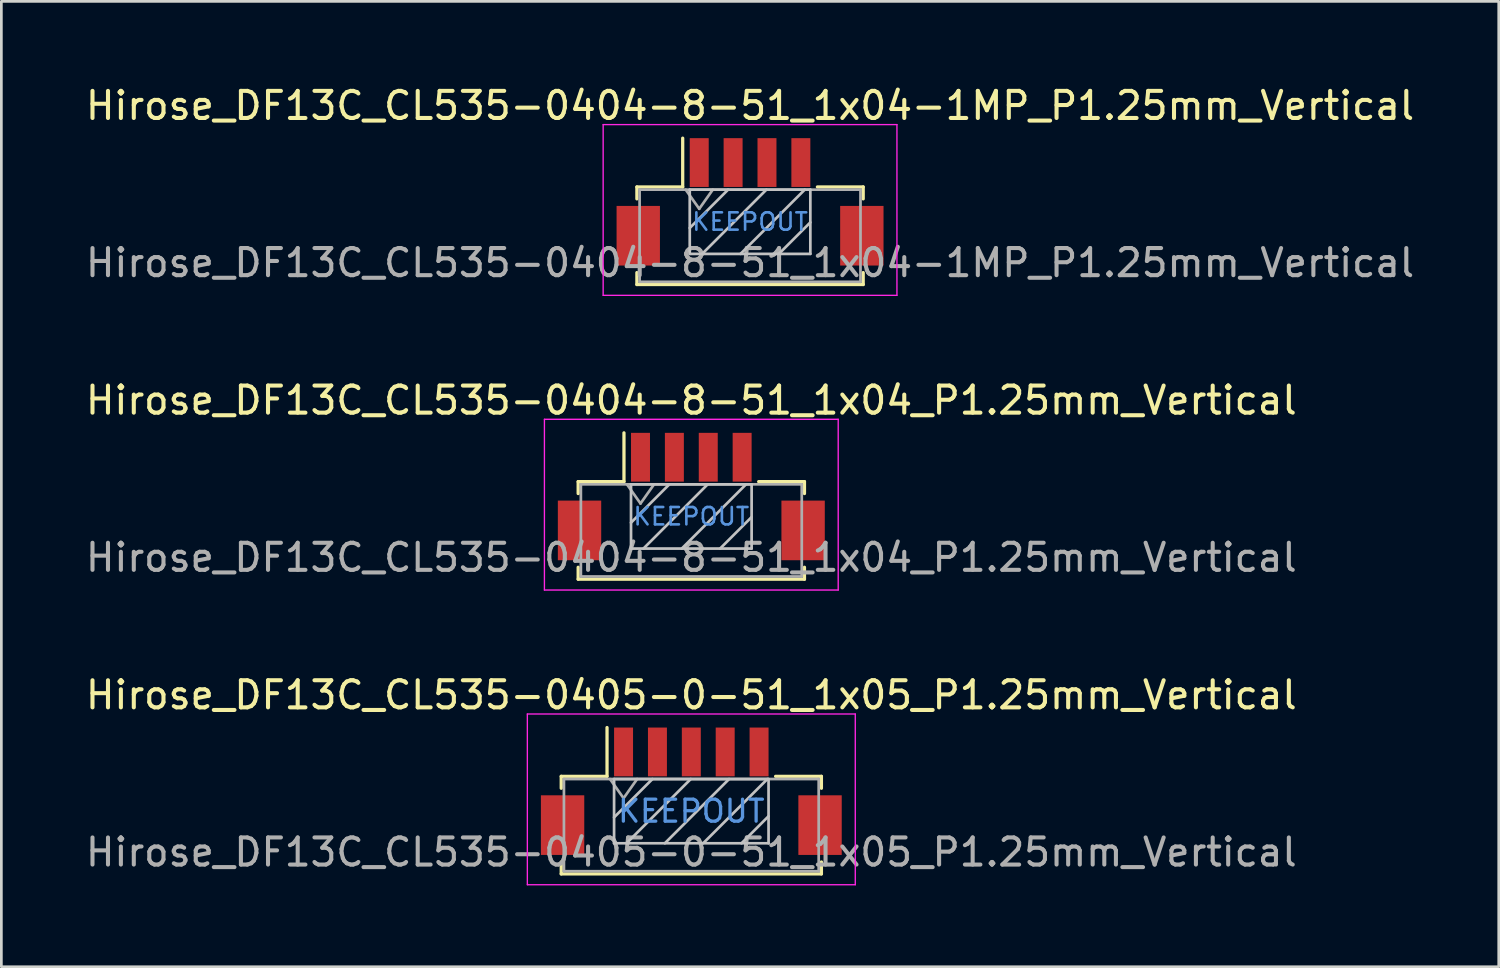
<source format=kicad_pcb>
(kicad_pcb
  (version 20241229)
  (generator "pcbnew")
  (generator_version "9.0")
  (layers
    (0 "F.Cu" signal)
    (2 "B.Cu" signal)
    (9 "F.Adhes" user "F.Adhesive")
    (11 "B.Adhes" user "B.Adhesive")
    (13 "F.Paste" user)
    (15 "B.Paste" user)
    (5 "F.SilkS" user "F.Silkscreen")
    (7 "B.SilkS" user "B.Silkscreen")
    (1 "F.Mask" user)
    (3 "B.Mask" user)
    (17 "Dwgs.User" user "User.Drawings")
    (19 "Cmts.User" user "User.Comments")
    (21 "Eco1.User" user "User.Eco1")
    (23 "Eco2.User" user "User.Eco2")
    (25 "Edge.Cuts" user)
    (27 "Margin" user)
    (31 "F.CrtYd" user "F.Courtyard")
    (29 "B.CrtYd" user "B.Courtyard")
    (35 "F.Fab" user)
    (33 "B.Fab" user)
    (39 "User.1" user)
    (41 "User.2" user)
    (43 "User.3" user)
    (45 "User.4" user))
  (footprint "Hirose_DF13C_CL535-0405-0-51_1x05_P1.25mm_Vertical"
    (layer "F.Cu")
    (at 22.458 26.145)
    (property "Reference" "Hirose_DF13C_CL535-0405-0-51_1x05_P1.25mm_Vertical" (at 0 -3.55 0) (layer "F.SilkS") (effects (font (size 1 1) (thickness 0.15))))
    (attr through_hole)
    (fp_line (start -4.8 -0.55) (end -4.8 -0.11) (stroke (width 0.12) (type solid)) (layer "F.SilkS"))
    (fp_line (start -4.8 2.61) (end -4.8 3.05) (stroke (width 0.12) (type solid)) (layer "F.SilkS"))
    (fp_line (start -4.8 3.05) (end 4.8 3.05) (stroke (width 0.12) (type solid)) (layer "F.SilkS"))
    (fp_line (start -3.11 -0.55) (end -4.8 -0.55) (stroke (width 0.12) (type solid)) (layer "F.SilkS"))
    (fp_line (start -3.11 -0.55) (end -3.11 -2.35) (stroke (width 0.12) (type solid)) (layer "F.SilkS"))
    (fp_line (start 3.11 -0.55) (end 4.8 -0.55) (stroke (width 0.12) (type solid)) (layer "F.SilkS"))
    (fp_line (start 4.8 -0.55) (end 4.8 -0.11) (stroke (width 0.12) (type solid)) (layer "F.SilkS"))
    (fp_line (start 4.8 3.05) (end 4.8 2.61) (stroke (width 0.12) (type solid)) (layer "F.SilkS"))
    (fp_line (start -2.85 -0.45) (end -2.85 1.92) (stroke (width 0.1) (type solid)) (layer "Dwgs.User"))
    (fp_line (start -2.85 1.92) (end 2.85 1.92) (stroke (width 0.1) (type solid)) (layer "Dwgs.User"))
    (fp_line (start -1.436 -0.45) (end -2.85 0.964) (stroke (width 0.1) (type solid)) (layer "Dwgs.User"))
    (fp_line (start -0.022 -0.45) (end -2.392 1.92) (stroke (width 0.1) (type solid)) (layer "Dwgs.User"))
    (fp_line (start 1.393 -0.45) (end -0.977 1.92) (stroke (width 0.1) (type solid)) (layer "Dwgs.User"))
    (fp_line (start 2.807 -0.45) (end 0.437 1.92) (stroke (width 0.1) (type solid)) (layer "Dwgs.User"))
    (fp_line (start 2.85 -0.45) (end -2.85 -0.45) (stroke (width 0.1) (type solid)) (layer "Dwgs.User"))
    (fp_line (start 2.85 0.921) (end 1.851 1.92) (stroke (width 0.1) (type solid)) (layer "Dwgs.User"))
    (fp_line (start 2.85 1.92) (end 2.85 -0.45) (stroke (width 0.1) (type solid)) (layer "Dwgs.User"))
    (fp_line (start -6.05 -2.85) (end -6.05 3.45) (stroke (width 0.05) (type solid)) (layer "F.CrtYd"))
    (fp_line (start -6.05 3.45) (end 6.05 3.45) (stroke (width 0.05) (type solid)) (layer "F.CrtYd"))
    (fp_line (start 6.05 -2.85) (end -6.05 -2.85) (stroke (width 0.05) (type solid)) (layer "F.CrtYd"))
    (fp_line (start 6.05 3.45) (end 6.05 -2.85) (stroke (width 0.05) (type solid)) (layer "F.CrtYd"))
    (fp_line (start -4.7 -0.45) (end -4.7 2.95) (stroke (width 0.1) (type solid)) (layer "F.Fab"))
    (fp_line (start -4.7 2.95) (end 4.7 2.95) (stroke (width 0.1) (type solid)) (layer "F.Fab"))
    (fp_line (start -3 -0.45) (end -2.5 0.257) (stroke (width 0.1) (type solid)) (layer "F.Fab"))
    (fp_line (start -2.5 0.257) (end -2 -0.45) (stroke (width 0.1) (type solid)) (layer "F.Fab"))
    (fp_line (start 4.7 -0.45) (end -4.7 -0.45) (stroke (width 0.1) (type solid)) (layer "F.Fab"))
    (fp_line (start 4.7 2.95) (end 4.7 -0.45) (stroke (width 0.1) (type solid)) (layer "F.Fab"))
    (fp_text user "KEEPOUT" (at 0 0.735 0) (layer "Cmts.User") (effects (font (size 0.81 0.81) (thickness 0.121))))
    (fp_text user "${REFERENCE}" (at 0 2.25 0) (layer "F.Fab") (effects (font (size 1 1) (thickness 0.15))))
    (pad "" smd rect (at -4.75 1.25) (size 1.6 2.2) (layers "F.Cu" "F.Mask" "F.Paste"))
    (pad "" smd rect (at 4.75 1.25) (size 1.6 2.2) (layers "F.Cu" "F.Mask" "F.Paste"))
    (pad "1" smd rect (at -2.5 -1.45) (size 0.7 1.8) (layers "F.Cu" "F.Mask" "F.Paste"))
    (pad "2" smd rect (at -1.25 -1.45) (size 0.7 1.8) (layers "F.Cu" "F.Mask" "F.Paste"))
    (pad "3" smd rect (at 0 -1.45) (size 0.7 1.8) (layers "F.Cu" "F.Mask" "F.Paste"))
    (pad "4" smd rect (at 1.25 -1.45) (size 0.7 1.8) (layers "F.Cu" "F.Mask" "F.Paste"))
    (pad "5" smd rect (at 2.5 -1.45) (size 0.7 1.8) (layers "F.Cu" "F.Mask" "F.Paste")))
  (footprint "Hirose_DF13C_CL535-0404-8-51_1x04_P1.25mm_Vertical"
    (layer "F.Cu")
    (at 22.458 15.271)
    (property "Reference" "Hirose_DF13C_CL535-0404-8-51_1x04_P1.25mm_Vertical" (at 0 -3.55 0) (layer "F.SilkS") (effects (font (size 1 1) (thickness 0.15))))
    (attr through_hole)
    (fp_line (start -4.175 -0.55) (end -4.175 -0.11) (stroke (width 0.12) (type solid)) (layer "F.SilkS"))
    (fp_line (start -4.175 2.61) (end -4.175 3.05) (stroke (width 0.12) (type solid)) (layer "F.SilkS"))
    (fp_line (start -4.175 3.05) (end 4.175 3.05) (stroke (width 0.12) (type solid)) (layer "F.SilkS"))
    (fp_line (start -2.485 -0.55) (end -4.175 -0.55) (stroke (width 0.12) (type solid)) (layer "F.SilkS"))
    (fp_line (start -2.485 -0.55) (end -2.485 -2.35) (stroke (width 0.12) (type solid)) (layer "F.SilkS"))
    (fp_line (start 2.485 -0.55) (end 4.175 -0.55) (stroke (width 0.12) (type solid)) (layer "F.SilkS"))
    (fp_line (start 4.175 -0.55) (end 4.175 -0.11) (stroke (width 0.12) (type solid)) (layer "F.SilkS"))
    (fp_line (start 4.175 3.05) (end 4.175 2.61) (stroke (width 0.12) (type solid)) (layer "F.SilkS"))
    (fp_line (start -2.225 -0.45) (end -2.225 1.92) (stroke (width 0.1) (type solid)) (layer "Dwgs.User"))
    (fp_line (start -2.225 1.92) (end 2.225 1.92) (stroke (width 0.1) (type solid)) (layer "Dwgs.User"))
    (fp_line (start -0.811 -0.45) (end -2.225 0.964) (stroke (width 0.1) (type solid)) (layer "Dwgs.User"))
    (fp_line (start 0.603 -0.45) (end -1.767 1.92) (stroke (width 0.1) (type solid)) (layer "Dwgs.User"))
    (fp_line (start 2.018 -0.45) (end -0.352 1.92) (stroke (width 0.1) (type solid)) (layer "Dwgs.User"))
    (fp_line (start 2.225 -0.45) (end -2.225 -0.45) (stroke (width 0.1) (type solid)) (layer "Dwgs.User"))
    (fp_line (start 2.225 0.757) (end 1.062 1.92) (stroke (width 0.1) (type solid)) (layer "Dwgs.User"))
    (fp_line (start 2.225 1.92) (end 2.225 -0.45) (stroke (width 0.1) (type solid)) (layer "Dwgs.User"))
    (fp_line (start -5.42 -2.85) (end -5.42 3.45) (stroke (width 0.05) (type solid)) (layer "F.CrtYd"))
    (fp_line (start -5.42 3.45) (end 5.42 3.45) (stroke (width 0.05) (type solid)) (layer "F.CrtYd"))
    (fp_line (start 5.42 -2.85) (end -5.42 -2.85) (stroke (width 0.05) (type solid)) (layer "F.CrtYd"))
    (fp_line (start 5.42 3.45) (end 5.42 -2.85) (stroke (width 0.05) (type solid)) (layer "F.CrtYd"))
    (fp_line (start -4.075 -0.45) (end -4.075 2.95) (stroke (width 0.1) (type solid)) (layer "F.Fab"))
    (fp_line (start -4.075 2.95) (end 4.075 2.95) (stroke (width 0.1) (type solid)) (layer "F.Fab"))
    (fp_line (start -2.375 -0.45) (end -1.875 0.257) (stroke (width 0.1) (type solid)) (layer "F.Fab"))
    (fp_line (start -1.875 0.257) (end -1.375 -0.45) (stroke (width 0.1) (type solid)) (layer "F.Fab"))
    (fp_line (start 4.075 -0.45) (end -4.075 -0.45) (stroke (width 0.1) (type solid)) (layer "F.Fab"))
    (fp_line (start 4.075 2.95) (end 4.075 -0.45) (stroke (width 0.1) (type solid)) (layer "F.Fab"))
    (fp_text user "KEEPOUT" (at 0 0.735 0) (layer "Cmts.User") (effects (font (size 0.64 0.64) (thickness 0.096))))
    (fp_text user "${REFERENCE}" (at 0 2.25 0) (layer "F.Fab") (effects (font (size 1 1) (thickness 0.15))))
    (pad "" smd rect (at -4.125 1.25) (size 1.6 2.2) (layers "F.Cu" "F.Mask" "F.Paste"))
    (pad "" smd rect (at 4.125 1.25) (size 1.6 2.2) (layers "F.Cu" "F.Mask" "F.Paste"))
    (pad "1" smd rect (at -1.875 -1.45) (size 0.7 1.8) (layers "F.Cu" "F.Mask" "F.Paste"))
    (pad "2" smd rect (at -0.625 -1.45) (size 0.7 1.8) (layers "F.Cu" "F.Mask" "F.Paste"))
    (pad "3" smd rect (at 0.625 -1.45) (size 0.7 1.8) (layers "F.Cu" "F.Mask" "F.Paste"))
    (pad "4" smd rect (at 1.875 -1.45) (size 0.7 1.8) (layers "F.Cu" "F.Mask" "F.Paste")))
  (footprint "Hirose_DF13C_CL535-0404-8-51_1x04-1MP_P1.25mm_Vertical"
    (layer "F.Cu")
    (at 24.625 4.398)
    (property "Reference" "Hirose_DF13C_CL535-0404-8-51_1x04-1MP_P1.25mm_Vertical" (at 0 -3.55 0) (layer "F.SilkS") (effects (font (size 1 1) (thickness 0.15))))
    (attr smd)
    (fp_line (start -4.175 -0.55) (end -4.175 -0.11) (stroke (width 0.12) (type solid)) (layer "F.SilkS"))
    (fp_line (start -4.175 2.61) (end -4.175 3.05) (stroke (width 0.12) (type solid)) (layer "F.SilkS"))
    (fp_line (start -4.175 3.05) (end 4.175 3.05) (stroke (width 0.12) (type solid)) (layer "F.SilkS"))
    (fp_line (start -2.485 -0.55) (end -4.175 -0.55) (stroke (width 0.12) (type solid)) (layer "F.SilkS"))
    (fp_line (start -2.485 -0.55) (end -2.485 -2.35) (stroke (width 0.12) (type solid)) (layer "F.SilkS"))
    (fp_line (start 2.485 -0.55) (end 4.175 -0.55) (stroke (width 0.12) (type solid)) (layer "F.SilkS"))
    (fp_line (start 4.175 -0.55) (end 4.175 -0.11) (stroke (width 0.12) (type solid)) (layer "F.SilkS"))
    (fp_line (start 4.175 3.05) (end 4.175 2.61) (stroke (width 0.12) (type solid)) (layer "F.SilkS"))
    (fp_line (start -2.225 -0.45) (end -2.225 1.92) (stroke (width 0.1) (type solid)) (layer "Dwgs.User"))
    (fp_line (start -2.225 1.92) (end 2.225 1.92) (stroke (width 0.1) (type solid)) (layer "Dwgs.User"))
    (fp_line (start -0.811 -0.45) (end -2.225 0.964) (stroke (width 0.1) (type solid)) (layer "Dwgs.User"))
    (fp_line (start 0.603 -0.45) (end -1.767 1.92) (stroke (width 0.1) (type solid)) (layer "Dwgs.User"))
    (fp_line (start 2.018 -0.45) (end -0.352 1.92) (stroke (width 0.1) (type solid)) (layer "Dwgs.User"))
    (fp_line (start 2.225 -0.45) (end -2.225 -0.45) (stroke (width 0.1) (type solid)) (layer "Dwgs.User"))
    (fp_line (start 2.225 0.757) (end 1.062 1.92) (stroke (width 0.1) (type solid)) (layer "Dwgs.User"))
    (fp_line (start 2.225 1.92) (end 2.225 -0.45) (stroke (width 0.1) (type solid)) (layer "Dwgs.User"))
    (fp_line (start -5.42 -2.85) (end -5.42 3.45) (stroke (width 0.05) (type solid)) (layer "F.CrtYd"))
    (fp_line (start -5.42 3.45) (end 5.42 3.45) (stroke (width 0.05) (type solid)) (layer "F.CrtYd"))
    (fp_line (start 5.42 -2.85) (end -5.42 -2.85) (stroke (width 0.05) (type solid)) (layer "F.CrtYd"))
    (fp_line (start 5.42 3.45) (end 5.42 -2.85) (stroke (width 0.05) (type solid)) (layer "F.CrtYd"))
    (fp_line (start -4.075 -0.45) (end -4.075 2.95) (stroke (width 0.1) (type solid)) (layer "F.Fab"))
    (fp_line (start -4.075 2.95) (end 4.075 2.95) (stroke (width 0.1) (type solid)) (layer "F.Fab"))
    (fp_line (start -2.375 -0.45) (end -1.875 0.257) (stroke (width 0.1) (type solid)) (layer "F.Fab"))
    (fp_line (start -1.875 0.257) (end -1.375 -0.45) (stroke (width 0.1) (type solid)) (layer "F.Fab"))
    (fp_line (start 4.075 -0.45) (end -4.075 -0.45) (stroke (width 0.1) (type solid)) (layer "F.Fab"))
    (fp_line (start 4.075 2.95) (end 4.075 -0.45) (stroke (width 0.1) (type solid)) (layer "F.Fab"))
    (fp_text user "KEEPOUT" (at 0 0.735 0) (layer "Cmts.User") (effects (font (size 0.64 0.64) (thickness 0.096))))
    (fp_text user "${REFERENCE}" (at 0 2.25 0) (layer "F.Fab") (effects (font (size 1 1) (thickness 0.15))))
    (pad "1" smd rect (at -1.875 -1.45) (size 0.7 1.8) (layers "F.Cu" "F.Mask" "F.Paste"))
    (pad "2" smd rect (at -0.625 -1.45) (size 0.7 1.8) (layers "F.Cu" "F.Mask" "F.Paste"))
    (pad "3" smd rect (at 0.625 -1.45) (size 0.7 1.8) (layers "F.Cu" "F.Mask" "F.Paste"))
    (pad "4" smd rect (at 1.875 -1.45) (size 0.7 1.8) (layers "F.Cu" "F.Mask" "F.Paste"))
    (pad "MP" smd rect (at -4.125 1.25) (size 1.6 2.2) (layers "F.Cu" "F.Mask" "F.Paste"))
    (pad "MP" smd rect (at 4.125 1.25) (size 1.6 2.2) (layers "F.Cu" "F.Mask" "F.Paste")))
  (gr_rect
    (start -3 -3)
    (end 52.25 32.62)
    (stroke (width 0.1) (type default))
    (fill no)
    (layer "Edge.Cuts")))
</source>
